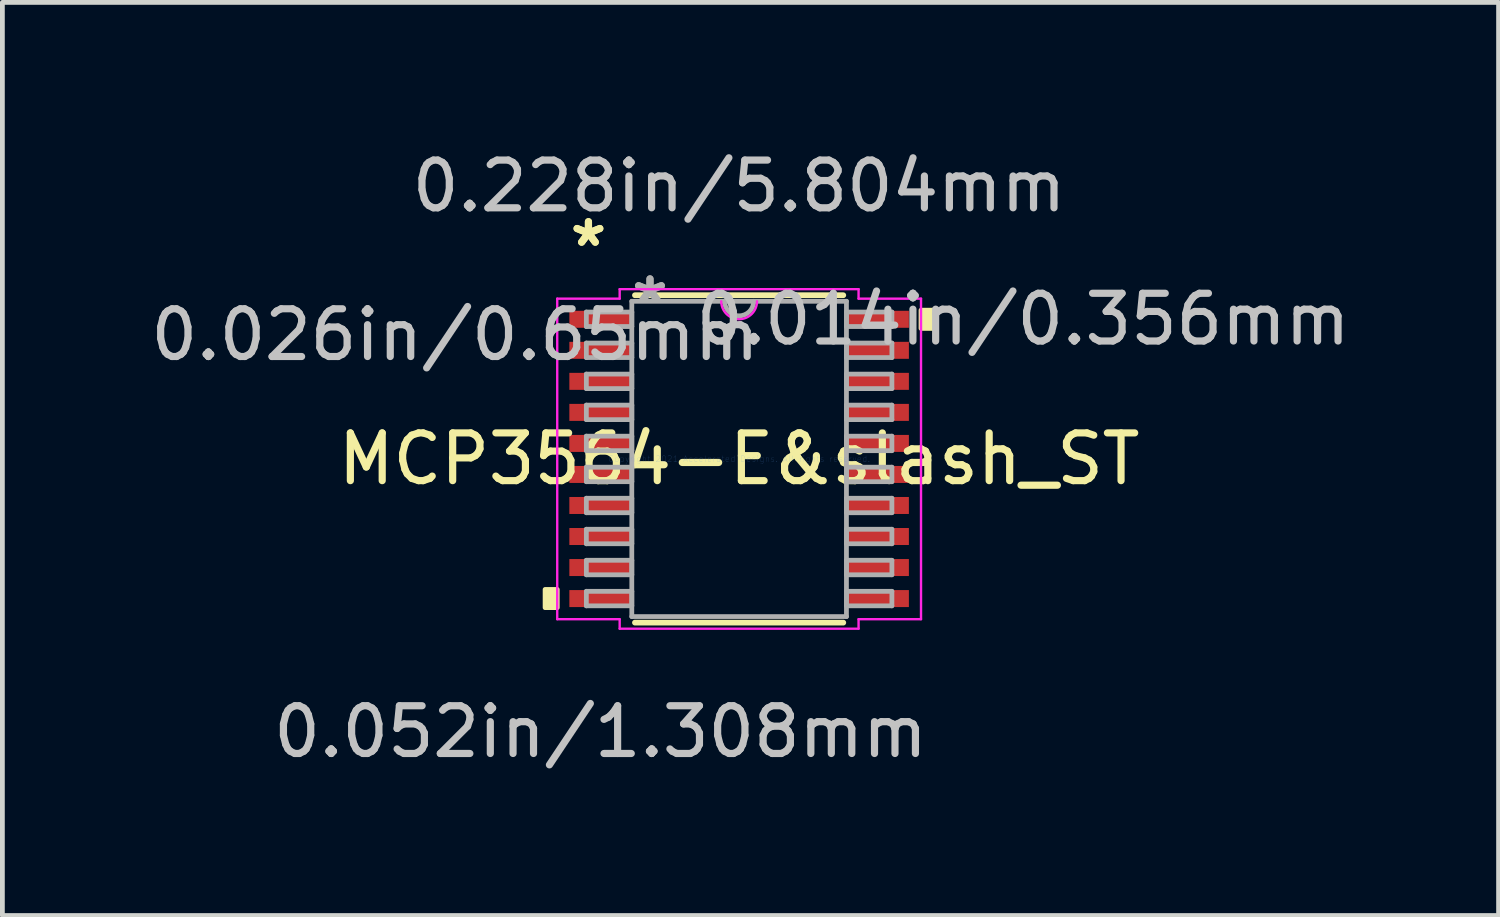
<source format=kicad_pcb>
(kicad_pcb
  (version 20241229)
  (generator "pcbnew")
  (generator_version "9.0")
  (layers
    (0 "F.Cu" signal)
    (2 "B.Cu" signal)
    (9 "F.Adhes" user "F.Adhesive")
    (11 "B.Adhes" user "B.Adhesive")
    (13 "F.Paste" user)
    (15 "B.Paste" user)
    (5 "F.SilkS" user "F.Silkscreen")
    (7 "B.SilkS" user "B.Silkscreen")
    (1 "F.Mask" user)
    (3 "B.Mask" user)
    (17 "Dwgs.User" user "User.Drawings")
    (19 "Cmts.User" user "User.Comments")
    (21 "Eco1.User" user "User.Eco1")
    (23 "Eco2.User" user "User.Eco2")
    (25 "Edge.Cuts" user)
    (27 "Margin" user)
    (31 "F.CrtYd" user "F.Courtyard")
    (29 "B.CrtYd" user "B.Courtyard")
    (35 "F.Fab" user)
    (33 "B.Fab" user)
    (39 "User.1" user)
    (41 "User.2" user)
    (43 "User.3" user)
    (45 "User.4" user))
  (footprint "MCP3564-E&slash_ST"
    (layer "F.Cu")
    (at 12.432 6.563)
    (property "Reference" "MCP3564-E&slash_ST" (at 0 0 0) (layer "F.SilkS") (effects (font (size 1 1) (thickness 0.15))))
    (attr through_hole)
    (fp_line (start -2.182 3.429) (end 2.182 3.429) (stroke (width 0.12) (type solid)) (layer "F.SilkS"))
    (fp_line (start 2.182 -3.429) (end -2.182 -3.429) (stroke (width 0.12) (type solid)) (layer "F.SilkS"))
    (fp_poly (pts (xy -4.064 2.734) (xy -4.064 3.115) (xy -3.81 3.115) (xy -3.81 2.734)) (stroke (width 0.1) (type solid)) (fill yes) (layer "F.SilkS"))
    (fp_poly (pts (xy 4.064 -3.115) (xy 4.064 -2.734) (xy 3.81 -2.734) (xy 3.81 -3.115)) (stroke (width 0.1) (type solid)) (fill yes) (layer "F.SilkS"))
    (fp_line (start -3.81 -3.357) (end -2.502 -3.357) (stroke (width 0.05) (type solid)) (layer "F.CrtYd"))
    (fp_line (start -3.81 3.357) (end -3.81 -3.357) (stroke (width 0.05) (type solid)) (layer "F.CrtYd"))
    (fp_line (start -2.502 -3.556) (end 2.502 -3.556) (stroke (width 0.05) (type solid)) (layer "F.CrtYd"))
    (fp_line (start -2.502 -3.357) (end -2.502 -3.556) (stroke (width 0.05) (type solid)) (layer "F.CrtYd"))
    (fp_line (start -2.502 3.357) (end -3.81 3.357) (stroke (width 0.05) (type solid)) (layer "F.CrtYd"))
    (fp_line (start -2.502 3.556) (end -2.502 3.357) (stroke (width 0.05) (type solid)) (layer "F.CrtYd"))
    (fp_line (start 2.502 -3.556) (end 2.502 -3.357) (stroke (width 0.05) (type solid)) (layer "F.CrtYd"))
    (fp_line (start 2.502 -3.357) (end 3.81 -3.357) (stroke (width 0.05) (type solid)) (layer "F.CrtYd"))
    (fp_line (start 2.502 3.357) (end 2.502 3.556) (stroke (width 0.05) (type solid)) (layer "F.CrtYd"))
    (fp_line (start 2.502 3.556) (end -2.502 3.556) (stroke (width 0.05) (type solid)) (layer "F.CrtYd"))
    (fp_line (start 3.81 -3.357) (end 3.81 3.357) (stroke (width 0.05) (type solid)) (layer "F.CrtYd"))
    (fp_line (start 3.81 3.357) (end 2.502 3.357) (stroke (width 0.05) (type solid)) (layer "F.CrtYd"))
    (fp_arc (start 0.37465 -3.302) (mid 0 -2.92735) (end -0.37465 -3.302) (stroke (width 0.05) (type solid)) (layer "F.CrtYd"))
    (fp_line (start -3.2 -3.077) (end -3.2 -2.773) (stroke (width 0.1) (type solid)) (layer "F.Fab"))
    (fp_line (start -3.2 -2.773) (end -2.248 -2.773) (stroke (width 0.1) (type solid)) (layer "F.Fab"))
    (fp_line (start -3.2 -2.427) (end -3.2 -2.123) (stroke (width 0.1) (type solid)) (layer "F.Fab"))
    (fp_line (start -3.2 -2.123) (end -2.248 -2.123) (stroke (width 0.1) (type solid)) (layer "F.Fab"))
    (fp_line (start -3.2 -1.777) (end -3.2 -1.473) (stroke (width 0.1) (type solid)) (layer "F.Fab"))
    (fp_line (start -3.2 -1.473) (end -2.248 -1.473) (stroke (width 0.1) (type solid)) (layer "F.Fab"))
    (fp_line (start -3.2 -1.127) (end -3.2 -0.823) (stroke (width 0.1) (type solid)) (layer "F.Fab"))
    (fp_line (start -3.2 -0.823) (end -2.248 -0.823) (stroke (width 0.1) (type solid)) (layer "F.Fab"))
    (fp_line (start -3.2 -0.477) (end -3.2 -0.173) (stroke (width 0.1) (type solid)) (layer "F.Fab"))
    (fp_line (start -3.2 -0.173) (end -2.248 -0.173) (stroke (width 0.1) (type solid)) (layer "F.Fab"))
    (fp_line (start -3.2 0.173) (end -3.2 0.477) (stroke (width 0.1) (type solid)) (layer "F.Fab"))
    (fp_line (start -3.2 0.477) (end -2.248 0.477) (stroke (width 0.1) (type solid)) (layer "F.Fab"))
    (fp_line (start -3.2 0.823) (end -3.2 1.127) (stroke (width 0.1) (type solid)) (layer "F.Fab"))
    (fp_line (start -3.2 1.127) (end -2.248 1.127) (stroke (width 0.1) (type solid)) (layer "F.Fab"))
    (fp_line (start -3.2 1.473) (end -3.2 1.777) (stroke (width 0.1) (type solid)) (layer "F.Fab"))
    (fp_line (start -3.2 1.777) (end -2.248 1.777) (stroke (width 0.1) (type solid)) (layer "F.Fab"))
    (fp_line (start -3.2 2.123) (end -3.2 2.427) (stroke (width 0.1) (type solid)) (layer "F.Fab"))
    (fp_line (start -3.2 2.427) (end -2.248 2.427) (stroke (width 0.1) (type solid)) (layer "F.Fab"))
    (fp_line (start -3.2 2.773) (end -3.2 3.077) (stroke (width 0.1) (type solid)) (layer "F.Fab"))
    (fp_line (start -3.2 3.077) (end -2.248 3.077) (stroke (width 0.1) (type solid)) (layer "F.Fab"))
    (fp_line (start -2.248 -3.302) (end -2.248 3.302) (stroke (width 0.1) (type solid)) (layer "F.Fab"))
    (fp_line (start -2.248 -3.077) (end -3.2 -3.077) (stroke (width 0.1) (type solid)) (layer "F.Fab"))
    (fp_line (start -2.248 -2.773) (end -2.248 -3.077) (stroke (width 0.1) (type solid)) (layer "F.Fab"))
    (fp_line (start -2.248 -2.427) (end -3.2 -2.427) (stroke (width 0.1) (type solid)) (layer "F.Fab"))
    (fp_line (start -2.248 -2.123) (end -2.248 -2.427) (stroke (width 0.1) (type solid)) (layer "F.Fab"))
    (fp_line (start -2.248 -1.777) (end -3.2 -1.777) (stroke (width 0.1) (type solid)) (layer "F.Fab"))
    (fp_line (start -2.248 -1.473) (end -2.248 -1.777) (stroke (width 0.1) (type solid)) (layer "F.Fab"))
    (fp_line (start -2.248 -1.127) (end -3.2 -1.127) (stroke (width 0.1) (type solid)) (layer "F.Fab"))
    (fp_line (start -2.248 -0.823) (end -2.248 -1.127) (stroke (width 0.1) (type solid)) (layer "F.Fab"))
    (fp_line (start -2.248 -0.477) (end -3.2 -0.477) (stroke (width 0.1) (type solid)) (layer "F.Fab"))
    (fp_line (start -2.248 -0.173) (end -2.248 -0.477) (stroke (width 0.1) (type solid)) (layer "F.Fab"))
    (fp_line (start -2.248 0.173) (end -3.2 0.173) (stroke (width 0.1) (type solid)) (layer "F.Fab"))
    (fp_line (start -2.248 0.477) (end -2.248 0.173) (stroke (width 0.1) (type solid)) (layer "F.Fab"))
    (fp_line (start -2.248 0.823) (end -3.2 0.823) (stroke (width 0.1) (type solid)) (layer "F.Fab"))
    (fp_line (start -2.248 1.127) (end -2.248 0.823) (stroke (width 0.1) (type solid)) (layer "F.Fab"))
    (fp_line (start -2.248 1.473) (end -3.2 1.473) (stroke (width 0.1) (type solid)) (layer "F.Fab"))
    (fp_line (start -2.248 1.777) (end -2.248 1.473) (stroke (width 0.1) (type solid)) (layer "F.Fab"))
    (fp_line (start -2.248 2.123) (end -3.2 2.123) (stroke (width 0.1) (type solid)) (layer "F.Fab"))
    (fp_line (start -2.248 2.427) (end -2.248 2.123) (stroke (width 0.1) (type solid)) (layer "F.Fab"))
    (fp_line (start -2.248 2.773) (end -3.2 2.773) (stroke (width 0.1) (type solid)) (layer "F.Fab"))
    (fp_line (start -2.248 3.077) (end -2.248 2.773) (stroke (width 0.1) (type solid)) (layer "F.Fab"))
    (fp_line (start -2.248 3.302) (end 2.248 3.302) (stroke (width 0.1) (type solid)) (layer "F.Fab"))
    (fp_line (start 2.248 -3.302) (end -2.248 -3.302) (stroke (width 0.1) (type solid)) (layer "F.Fab"))
    (fp_line (start 2.248 -3.077) (end 2.248 -2.773) (stroke (width 0.1) (type solid)) (layer "F.Fab"))
    (fp_line (start 2.248 -2.773) (end 3.2 -2.773) (stroke (width 0.1) (type solid)) (layer "F.Fab"))
    (fp_line (start 2.248 -2.427) (end 2.248 -2.123) (stroke (width 0.1) (type solid)) (layer "F.Fab"))
    (fp_line (start 2.248 -2.123) (end 3.2 -2.123) (stroke (width 0.1) (type solid)) (layer "F.Fab"))
    (fp_line (start 2.248 -1.777) (end 2.248 -1.473) (stroke (width 0.1) (type solid)) (layer "F.Fab"))
    (fp_line (start 2.248 -1.473) (end 3.2 -1.473) (stroke (width 0.1) (type solid)) (layer "F.Fab"))
    (fp_line (start 2.248 -1.127) (end 2.248 -0.823) (stroke (width 0.1) (type solid)) (layer "F.Fab"))
    (fp_line (start 2.248 -0.823) (end 3.2 -0.823) (stroke (width 0.1) (type solid)) (layer "F.Fab"))
    (fp_line (start 2.248 -0.477) (end 2.248 -0.173) (stroke (width 0.1) (type solid)) (layer "F.Fab"))
    (fp_line (start 2.248 -0.173) (end 3.2 -0.173) (stroke (width 0.1) (type solid)) (layer "F.Fab"))
    (fp_line (start 2.248 0.173) (end 2.248 0.477) (stroke (width 0.1) (type solid)) (layer "F.Fab"))
    (fp_line (start 2.248 0.477) (end 3.2 0.477) (stroke (width 0.1) (type solid)) (layer "F.Fab"))
    (fp_line (start 2.248 0.823) (end 2.248 1.127) (stroke (width 0.1) (type solid)) (layer "F.Fab"))
    (fp_line (start 2.248 1.127) (end 3.2 1.127) (stroke (width 0.1) (type solid)) (layer "F.Fab"))
    (fp_line (start 2.248 1.473) (end 2.248 1.777) (stroke (width 0.1) (type solid)) (layer "F.Fab"))
    (fp_line (start 2.248 1.777) (end 3.2 1.777) (stroke (width 0.1) (type solid)) (layer "F.Fab"))
    (fp_line (start 2.248 2.123) (end 2.248 2.427) (stroke (width 0.1) (type solid)) (layer "F.Fab"))
    (fp_line (start 2.248 2.427) (end 3.2 2.427) (stroke (width 0.1) (type solid)) (layer "F.Fab"))
    (fp_line (start 2.248 2.773) (end 2.248 3.077) (stroke (width 0.1) (type solid)) (layer "F.Fab"))
    (fp_line (start 2.248 3.077) (end 3.2 3.077) (stroke (width 0.1) (type solid)) (layer "F.Fab"))
    (fp_line (start 2.248 3.302) (end 2.248 -3.302) (stroke (width 0.1) (type solid)) (layer "F.Fab"))
    (fp_line (start 3.2 -3.077) (end 2.248 -3.077) (stroke (width 0.1) (type solid)) (layer "F.Fab"))
    (fp_line (start 3.2 -2.773) (end 3.2 -3.077) (stroke (width 0.1) (type solid)) (layer "F.Fab"))
    (fp_line (start 3.2 -2.427) (end 2.248 -2.427) (stroke (width 0.1) (type solid)) (layer "F.Fab"))
    (fp_line (start 3.2 -2.123) (end 3.2 -2.427) (stroke (width 0.1) (type solid)) (layer "F.Fab"))
    (fp_line (start 3.2 -1.777) (end 2.248 -1.777) (stroke (width 0.1) (type solid)) (layer "F.Fab"))
    (fp_line (start 3.2 -1.473) (end 3.2 -1.777) (stroke (width 0.1) (type solid)) (layer "F.Fab"))
    (fp_line (start 3.2 -1.127) (end 2.248 -1.127) (stroke (width 0.1) (type solid)) (layer "F.Fab"))
    (fp_line (start 3.2 -0.823) (end 3.2 -1.127) (stroke (width 0.1) (type solid)) (layer "F.Fab"))
    (fp_line (start 3.2 -0.477) (end 2.248 -0.477) (stroke (width 0.1) (type solid)) (layer "F.Fab"))
    (fp_line (start 3.2 -0.173) (end 3.2 -0.477) (stroke (width 0.1) (type solid)) (layer "F.Fab"))
    (fp_line (start 3.2 0.173) (end 2.248 0.173) (stroke (width 0.1) (type solid)) (layer "F.Fab"))
    (fp_line (start 3.2 0.477) (end 3.2 0.173) (stroke (width 0.1) (type solid)) (layer "F.Fab"))
    (fp_line (start 3.2 0.823) (end 2.248 0.823) (stroke (width 0.1) (type solid)) (layer "F.Fab"))
    (fp_line (start 3.2 1.127) (end 3.2 0.823) (stroke (width 0.1) (type solid)) (layer "F.Fab"))
    (fp_line (start 3.2 1.473) (end 2.248 1.473) (stroke (width 0.1) (type solid)) (layer "F.Fab"))
    (fp_line (start 3.2 1.777) (end 3.2 1.473) (stroke (width 0.1) (type solid)) (layer "F.Fab"))
    (fp_line (start 3.2 2.123) (end 2.248 2.123) (stroke (width 0.1) (type solid)) (layer "F.Fab"))
    (fp_line (start 3.2 2.427) (end 3.2 2.123) (stroke (width 0.1) (type solid)) (layer "F.Fab"))
    (fp_line (start 3.2 2.773) (end 2.248 2.773) (stroke (width 0.1) (type solid)) (layer "F.Fab"))
    (fp_line (start 3.2 3.077) (end 3.2 2.773) (stroke (width 0.1) (type solid)) (layer "F.Fab"))
    (fp_arc (start 0.3048 -3.302) (mid 0 -2.9972) (end -0.3048 -3.302) (stroke (width 0.1) (type solid)) (layer "F.Fab"))
    (fp_text user "*" (at -3.156 -4.424 0) (layer "F.SilkS") (effects (font (size 1 1) (thickness 0.15))))
    (fp_text user "*" (at -3.156 -4.424 0) (layer "F.SilkS") (effects (font (size 1 1) (thickness 0.15))))
    (fp_text user "0.026in/0.65mm" (at -5.95 -2.6 0) (layer "Dwgs.User") (effects (font (size 1 1) (thickness 0.15))))
    (fp_text user "0.052in/1.308mm" (at -2.902 5.715 0) (layer "Dwgs.User") (effects (font (size 1 1) (thickness 0.15))))
    (fp_text user "0.014in/0.356mm" (at 5.95 -2.925 0) (layer "Dwgs.User") (effects (font (size 1 1) (thickness 0.15))))
    (fp_text user "0.228in/5.804mm" (at 0 -5.715 0) (layer "Dwgs.User") (effects (font (size 1 1) (thickness 0.15))))
    (fp_text user "Copyright 2021 Accelerated Designs. All rights reserved." (at 0 0 0) (layer "Cmts.User") (effects (font (size 0.127 0.127) (thickness 0.002))))
    (fp_text user "*" (at -1.867 -3.226 0) (layer "F.Fab") (effects (font (size 1 1) (thickness 0.15))))
    (fp_text user "*" (at -1.867 -3.226 0) (layer "F.Fab") (effects (font (size 1 1) (thickness 0.15))))
    (pad "1" smd rect (at -2.902 -2.925) (size 1.308 0.356) (layers "F.Cu" "F.Mask" "F.Paste"))
    (pad "2" smd rect (at -2.902 -2.275) (size 1.308 0.356) (layers "F.Cu" "F.Mask" "F.Paste"))
    (pad "3" smd rect (at -2.902 -1.625) (size 1.308 0.356) (layers "F.Cu" "F.Mask" "F.Paste"))
    (pad "4" smd rect (at -2.902 -0.975) (size 1.308 0.356) (layers "F.Cu" "F.Mask" "F.Paste"))
    (pad "5" smd rect (at -2.902 -0.325) (size 1.308 0.356) (layers "F.Cu" "F.Mask" "F.Paste"))
    (pad "6" smd rect (at -2.902 0.325) (size 1.308 0.356) (layers "F.Cu" "F.Mask" "F.Paste"))
    (pad "7" smd rect (at -2.902 0.975) (size 1.308 0.356) (layers "F.Cu" "F.Mask" "F.Paste"))
    (pad "8" smd rect (at -2.902 1.625) (size 1.308 0.356) (layers "F.Cu" "F.Mask" "F.Paste"))
    (pad "9" smd rect (at -2.902 2.275) (size 1.308 0.356) (layers "F.Cu" "F.Mask" "F.Paste"))
    (pad "10" smd rect (at -2.902 2.925) (size 1.308 0.356) (layers "F.Cu" "F.Mask" "F.Paste"))
    (pad "11" smd rect (at 2.902 2.925) (size 1.308 0.356) (layers "F.Cu" "F.Mask" "F.Paste"))
    (pad "12" smd rect (at 2.902 2.275) (size 1.308 0.356) (layers "F.Cu" "F.Mask" "F.Paste"))
    (pad "13" smd rect (at 2.902 1.625) (size 1.308 0.356) (layers "F.Cu" "F.Mask" "F.Paste"))
    (pad "14" smd rect (at 2.902 0.975) (size 1.308 0.356) (layers "F.Cu" "F.Mask" "F.Paste"))
    (pad "15" smd rect (at 2.902 0.325) (size 1.308 0.356) (layers "F.Cu" "F.Mask" "F.Paste"))
    (pad "16" smd rect (at 2.902 -0.325) (size 1.308 0.356) (layers "F.Cu" "F.Mask" "F.Paste"))
    (pad "17" smd rect (at 2.902 -0.975) (size 1.308 0.356) (layers "F.Cu" "F.Mask" "F.Paste"))
    (pad "18" smd rect (at 2.902 -1.625) (size 1.308 0.356) (layers "F.Cu" "F.Mask" "F.Paste"))
    (pad "19" smd rect (at 2.902 -2.275) (size 1.308 0.356) (layers "F.Cu" "F.Mask" "F.Paste"))
    (pad "20" smd rect (at 2.902 -2.925) (size 1.308 0.356) (layers "F.Cu" "F.Mask" "F.Paste")))
  (gr_rect
    (start -3 -3)
    (end 28.34 16.127)
    (stroke (width 0.1) (type default))
    (fill no)
    (layer "Edge.Cuts")))
</source>
